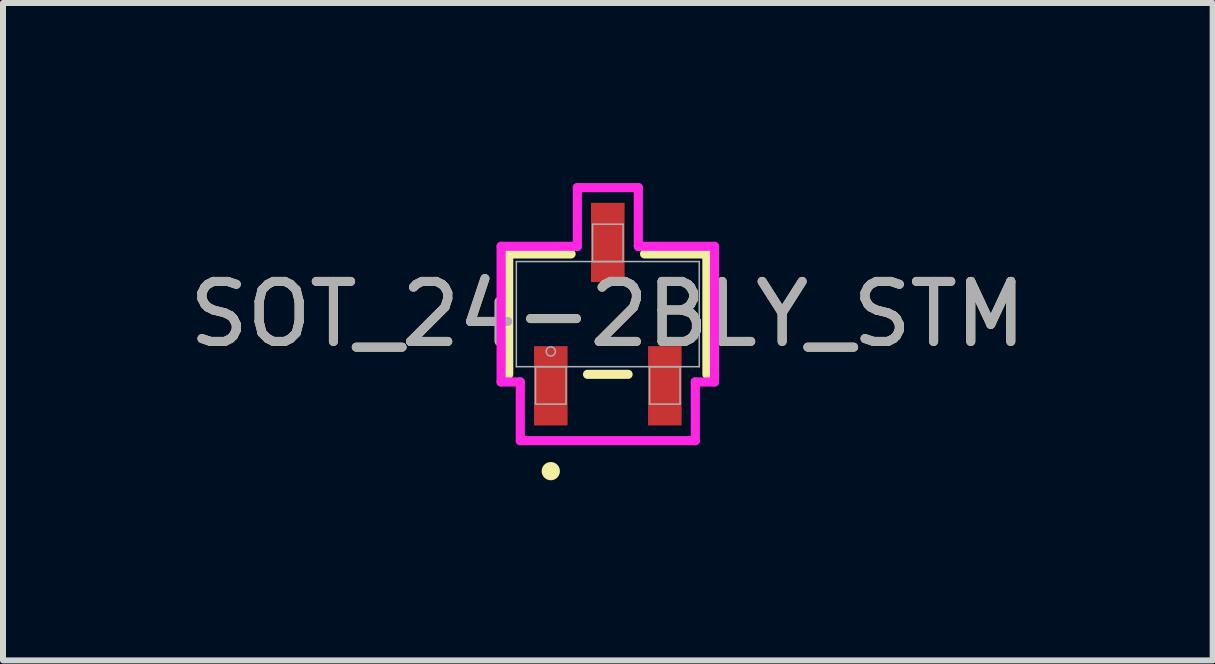
<source format=kicad_pcb>
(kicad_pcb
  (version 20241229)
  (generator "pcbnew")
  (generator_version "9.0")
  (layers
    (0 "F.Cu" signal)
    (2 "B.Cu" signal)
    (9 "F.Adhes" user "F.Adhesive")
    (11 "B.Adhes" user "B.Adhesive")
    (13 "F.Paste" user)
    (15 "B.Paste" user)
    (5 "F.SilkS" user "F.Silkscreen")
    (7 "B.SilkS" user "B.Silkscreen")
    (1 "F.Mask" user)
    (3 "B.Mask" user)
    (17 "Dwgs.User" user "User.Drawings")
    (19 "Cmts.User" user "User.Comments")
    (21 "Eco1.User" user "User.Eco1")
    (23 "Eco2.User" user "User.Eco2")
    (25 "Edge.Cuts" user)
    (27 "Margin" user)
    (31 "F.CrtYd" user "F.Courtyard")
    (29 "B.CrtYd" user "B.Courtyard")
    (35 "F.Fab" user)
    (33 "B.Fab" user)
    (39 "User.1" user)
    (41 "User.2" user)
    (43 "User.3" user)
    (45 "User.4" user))
  (footprint "SOT_24-2BLY_STM"
    (layer "F.Cu")
    (at 7.077 2.184)
    (property "Reference" "SOT_24-2BLY_STM" (at 0 0 0) (unlocked yes) (layer "F.SilkS") (effects (font (size 1 1) (thickness 0.15))))
    (attr smd)
    (fp_line (start -1.651 -1.003) (end -1.651 1.003) (stroke (width 0.152) (type solid)) (layer "F.SilkS"))
    (fp_line (start -0.612 -1.003) (end -1.651 -1.003) (stroke (width 0.152) (type solid)) (layer "F.SilkS"))
    (fp_line (start -0.338 1.003) (end 0.338 1.003) (stroke (width 0.152) (type solid)) (layer "F.SilkS"))
    (fp_line (start 1.651 -1.003) (end 0.612 -1.003) (stroke (width 0.152) (type solid)) (layer "F.SilkS"))
    (fp_line (start 1.651 1.003) (end 1.651 -1.003) (stroke (width 0.152) (type solid)) (layer "F.SilkS"))
    (fp_circle (center -0.95 2.616) (end -0.874 2.616) (stroke (width 0.152) (type solid)) (fill no) (layer "F.SilkS"))
    (fp_line (start -1.778 -1.13) (end -0.508 -1.13) (stroke (width 0.152) (type solid)) (layer "F.CrtYd"))
    (fp_line (start -1.778 1.13) (end -1.778 -1.13) (stroke (width 0.152) (type solid)) (layer "F.CrtYd"))
    (fp_line (start -1.778 1.13) (end -1.458 1.13) (stroke (width 0.152) (type solid)) (layer "F.CrtYd"))
    (fp_line (start -1.458 1.13) (end -1.458 2.108) (stroke (width 0.152) (type solid)) (layer "F.CrtYd"))
    (fp_line (start -1.458 2.108) (end 1.458 2.108) (stroke (width 0.152) (type solid)) (layer "F.CrtYd"))
    (fp_line (start -0.508 -2.108) (end 0.508 -2.108) (stroke (width 0.152) (type solid)) (layer "F.CrtYd"))
    (fp_line (start -0.508 -1.13) (end -0.508 -2.108) (stroke (width 0.152) (type solid)) (layer "F.CrtYd"))
    (fp_line (start 0.508 -1.13) (end 0.508 -2.108) (stroke (width 0.152) (type solid)) (layer "F.CrtYd"))
    (fp_line (start 1.458 1.13) (end 1.458 2.108) (stroke (width 0.152) (type solid)) (layer "F.CrtYd"))
    (fp_line (start 1.778 -1.13) (end 0.508 -1.13) (stroke (width 0.152) (type solid)) (layer "F.CrtYd"))
    (fp_line (start 1.778 -1.13) (end 1.778 1.13) (stroke (width 0.152) (type solid)) (layer "F.CrtYd"))
    (fp_line (start 1.778 1.13) (end 1.458 1.13) (stroke (width 0.152) (type solid)) (layer "F.CrtYd"))
    (fp_line (start -1.524 -0.876) (end -1.524 0.876) (stroke (width 0.025) (type solid)) (layer "F.Fab"))
    (fp_line (start -1.524 0.876) (end 1.524 0.876) (stroke (width 0.025) (type solid)) (layer "F.Fab"))
    (fp_line (start -1.204 0.876) (end -1.204 1.499) (stroke (width 0.025) (type solid)) (layer "F.Fab"))
    (fp_line (start -1.204 1.499) (end -0.696 1.499) (stroke (width 0.025) (type solid)) (layer "F.Fab"))
    (fp_line (start -0.696 0.876) (end -1.204 0.876) (stroke (width 0.025) (type solid)) (layer "F.Fab"))
    (fp_line (start -0.696 1.499) (end -0.696 0.876) (stroke (width 0.025) (type solid)) (layer "F.Fab"))
    (fp_line (start -0.254 -1.499) (end -0.254 -0.876) (stroke (width 0.025) (type solid)) (layer "F.Fab"))
    (fp_line (start -0.254 -0.876) (end 0.254 -0.876) (stroke (width 0.025) (type solid)) (layer "F.Fab"))
    (fp_line (start 0.254 -1.499) (end -0.254 -1.499) (stroke (width 0.025) (type solid)) (layer "F.Fab"))
    (fp_line (start 0.254 -0.876) (end 0.254 -1.499) (stroke (width 0.025) (type solid)) (layer "F.Fab"))
    (fp_line (start 0.696 0.876) (end 0.696 1.499) (stroke (width 0.025) (type solid)) (layer "F.Fab"))
    (fp_line (start 0.696 1.499) (end 1.204 1.499) (stroke (width 0.025) (type solid)) (layer "F.Fab"))
    (fp_line (start 1.204 0.876) (end 0.696 0.876) (stroke (width 0.025) (type solid)) (layer "F.Fab"))
    (fp_line (start 1.204 1.499) (end 1.204 0.876) (stroke (width 0.025) (type solid)) (layer "F.Fab"))
    (fp_line (start 1.524 -0.876) (end -1.524 -0.876) (stroke (width 0.025) (type solid)) (layer "F.Fab"))
    (fp_line (start 1.524 0.876) (end 1.524 -0.876) (stroke (width 0.025) (type solid)) (layer "F.Fab"))
    (fp_circle (center -0.95 0.622) (end -0.874 0.622) (stroke (width 0.025) (type solid)) (fill no) (layer "F.Fab"))
    (fp_text user "${REFERENCE}" (at 0 0 0) (unlocked yes) (layer "F.Fab") (effects (font (size 1 1) (thickness 0.15))))
    (pad "1" smd rect (at -0.95 1.194) (size 0.559 1.321) (layers "F.Cu" "F.Mask" "F.Paste"))
    (pad "2" smd rect (at 0.95 1.194) (size 0.559 1.321) (layers "F.Cu" "F.Mask" "F.Paste"))
    (pad "3" smd rect (at 0 -1.194) (size 0.559 1.321) (layers "F.Cu" "F.Mask" "F.Paste")))
  (gr_rect
    (start -3 -3)
    (end 17.155 7.953)
    (stroke (width 0.1) (type default))
    (fill no)
    (layer "Edge.Cuts")))
</source>
